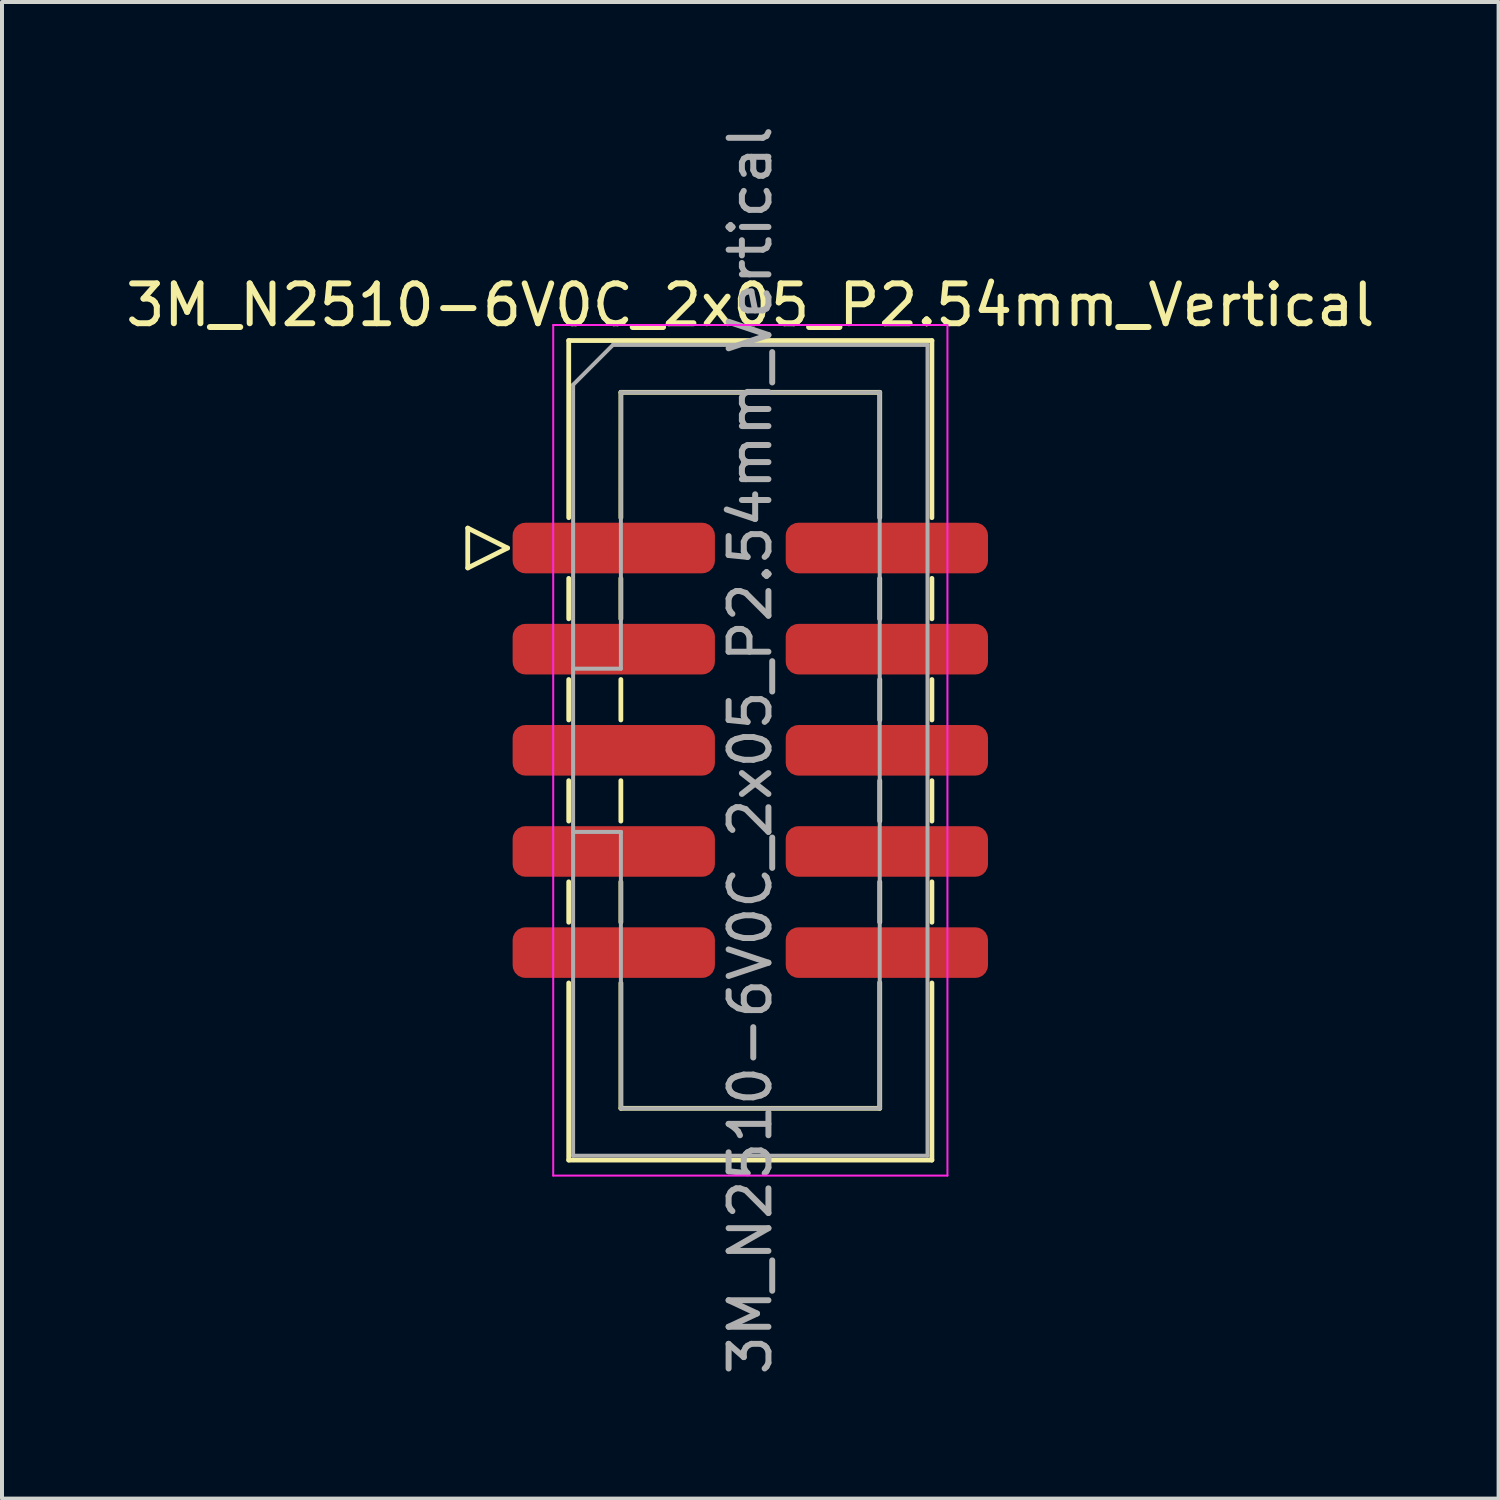
<source format=kicad_pcb>
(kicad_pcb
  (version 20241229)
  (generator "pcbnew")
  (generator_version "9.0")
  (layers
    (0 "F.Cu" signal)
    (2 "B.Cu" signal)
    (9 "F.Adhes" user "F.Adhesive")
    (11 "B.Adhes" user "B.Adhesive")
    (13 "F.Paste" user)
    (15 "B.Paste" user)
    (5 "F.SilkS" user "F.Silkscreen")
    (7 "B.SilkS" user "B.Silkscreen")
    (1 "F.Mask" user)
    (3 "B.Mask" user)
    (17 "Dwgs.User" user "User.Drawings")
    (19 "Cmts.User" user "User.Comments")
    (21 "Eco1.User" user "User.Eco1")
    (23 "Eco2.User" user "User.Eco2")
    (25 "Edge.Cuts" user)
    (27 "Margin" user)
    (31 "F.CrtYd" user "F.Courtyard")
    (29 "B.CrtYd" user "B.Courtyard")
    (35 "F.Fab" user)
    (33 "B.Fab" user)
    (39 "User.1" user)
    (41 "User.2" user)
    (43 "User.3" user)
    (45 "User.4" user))
  (footprint "3M_N2510-6V0C_2x05_P2.54mm_Vertical"
    (layer "F.Cu")
    (at 14.522 10.712)
    (property "Reference" "3M_N2510-6V0C_2x05_P2.54mm_Vertical" (at 1.27 -6.1 0) (layer "F.SilkS") (effects (font (size 1 1) (thickness 0.15))))
    (attr smd)
    (fp_line (start -5.826 -0.5) (end -5.826 0.5) (stroke (width 0.12) (type solid)) (layer "F.SilkS"))
    (fp_line (start -5.826 0.5) (end -4.826 0) (stroke (width 0.12) (type solid)) (layer "F.SilkS"))
    (fp_line (start -4.826 0) (end -5.826 -0.5) (stroke (width 0.12) (type solid)) (layer "F.SilkS"))
    (fp_line (start -3.29 -5.21) (end -3.29 -0.762) (stroke (width 0.12) (type solid)) (layer "F.SilkS"))
    (fp_line (start -3.29 -5.21) (end 5.83 -5.21) (stroke (width 0.12) (type solid)) (layer "F.SilkS"))
    (fp_line (start -3.29 1.778) (end -3.29 0.762) (stroke (width 0.12) (type solid)) (layer "F.SilkS"))
    (fp_line (start -3.29 3.302) (end -3.29 4.318) (stroke (width 0.12) (type solid)) (layer "F.SilkS"))
    (fp_line (start -3.29 5.842) (end -3.29 6.858) (stroke (width 0.12) (type solid)) (layer "F.SilkS"))
    (fp_line (start -3.29 8.382) (end -3.29 9.398) (stroke (width 0.12) (type solid)) (layer "F.SilkS"))
    (fp_line (start -3.29 15.37) (end -3.29 10.922) (stroke (width 0.12) (type solid)) (layer "F.SilkS"))
    (fp_line (start -1.981 -0.762) (end -1.98 -3.91) (stroke (width 0.12) (type solid)) (layer "F.SilkS"))
    (fp_line (start -1.981 0.762) (end -1.981 1.778) (stroke (width 0.12) (type solid)) (layer "F.SilkS"))
    (fp_line (start -1.981 3.302) (end -1.981 4.318) (stroke (width 0.12) (type solid)) (layer "F.SilkS"))
    (fp_line (start -1.981 5.842) (end -1.981 6.858) (stroke (width 0.12) (type solid)) (layer "F.SilkS"))
    (fp_line (start -1.981 8.382) (end -1.981 9.398) (stroke (width 0.12) (type solid)) (layer "F.SilkS"))
    (fp_line (start -1.98 -3.91) (end 4.52 -3.91) (stroke (width 0.12) (type solid)) (layer "F.SilkS"))
    (fp_line (start -1.98 14.07) (end -1.98 10.922) (stroke (width 0.12) (type solid)) (layer "F.SilkS"))
    (fp_line (start 4.52 -3.91) (end 4.52 -0.762) (stroke (width 0.12) (type solid)) (layer "F.SilkS"))
    (fp_line (start 4.52 0.762) (end 4.52 1.778) (stroke (width 0.12) (type solid)) (layer "F.SilkS"))
    (fp_line (start 4.52 10.91) (end 4.52 14.07) (stroke (width 0.12) (type solid)) (layer "F.SilkS"))
    (fp_line (start 4.52 14.07) (end -1.98 14.07) (stroke (width 0.12) (type solid)) (layer "F.SilkS"))
    (fp_line (start 4.521 4.318) (end 4.521 3.302) (stroke (width 0.12) (type solid)) (layer "F.SilkS"))
    (fp_line (start 4.521 6.858) (end 4.521 5.842) (stroke (width 0.12) (type solid)) (layer "F.SilkS"))
    (fp_line (start 4.521 8.382) (end 4.521 9.398) (stroke (width 0.12) (type solid)) (layer "F.SilkS"))
    (fp_line (start 5.83 -5.21) (end 5.83 -0.762) (stroke (width 0.12) (type solid)) (layer "F.SilkS"))
    (fp_line (start 5.83 1.778) (end 5.83 0.762) (stroke (width 0.12) (type solid)) (layer "F.SilkS"))
    (fp_line (start 5.83 3.302) (end 5.83 4.318) (stroke (width 0.12) (type solid)) (layer "F.SilkS"))
    (fp_line (start 5.83 6.858) (end 5.83 5.842) (stroke (width 0.12) (type solid)) (layer "F.SilkS"))
    (fp_line (start 5.83 8.382) (end 5.83 9.398) (stroke (width 0.12) (type solid)) (layer "F.SilkS"))
    (fp_line (start 5.83 15.37) (end -3.29 15.37) (stroke (width 0.12) (type solid)) (layer "F.SilkS"))
    (fp_line (start 5.83 15.37) (end 5.83 10.922) (stroke (width 0.12) (type solid)) (layer "F.SilkS"))
    (fp_line (start -3.68 -5.6) (end -3.68 15.76) (stroke (width 0.05) (type solid)) (layer "F.CrtYd"))
    (fp_line (start -3.68 15.76) (end 6.22 15.76) (stroke (width 0.05) (type solid)) (layer "F.CrtYd"))
    (fp_line (start 6.22 -5.6) (end -3.68 -5.6) (stroke (width 0.05) (type solid)) (layer "F.CrtYd"))
    (fp_line (start 6.22 15.76) (end 6.22 -5.6) (stroke (width 0.05) (type solid)) (layer "F.CrtYd"))
    (fp_line (start -3.18 -4.1) (end -2.18 -5.1) (stroke (width 0.1) (type solid)) (layer "F.Fab"))
    (fp_line (start -3.18 3.03) (end -1.98 3.03) (stroke (width 0.1) (type solid)) (layer "F.Fab"))
    (fp_line (start -3.18 15.26) (end -3.18 -4.1) (stroke (width 0.1) (type solid)) (layer "F.Fab"))
    (fp_line (start -2.18 -5.1) (end 5.72 -5.1) (stroke (width 0.1) (type solid)) (layer "F.Fab"))
    (fp_line (start -1.98 -3.91) (end 4.52 -3.91) (stroke (width 0.1) (type solid)) (layer "F.Fab"))
    (fp_line (start -1.98 3.03) (end -1.98 -3.91) (stroke (width 0.1) (type solid)) (layer "F.Fab"))
    (fp_line (start -1.98 7.13) (end -3.18 7.13) (stroke (width 0.1) (type solid)) (layer "F.Fab"))
    (fp_line (start -1.98 7.13) (end -1.98 7.13) (stroke (width 0.1) (type solid)) (layer "F.Fab"))
    (fp_line (start -1.98 14.07) (end -1.98 7.13) (stroke (width 0.1) (type solid)) (layer "F.Fab"))
    (fp_line (start 4.52 -3.91) (end 4.52 14.07) (stroke (width 0.1) (type solid)) (layer "F.Fab"))
    (fp_line (start 4.52 14.07) (end -1.98 14.07) (stroke (width 0.1) (type solid)) (layer "F.Fab"))
    (fp_line (start 5.72 -5.1) (end 5.72 15.26) (stroke (width 0.1) (type solid)) (layer "F.Fab"))
    (fp_line (start 5.72 15.26) (end -3.18 15.26) (stroke (width 0.1) (type solid)) (layer "F.Fab"))
    (fp_text user "${REFERENCE}" (at 1.27 5.08 90) (layer "F.Fab") (effects (font (size 1 1) (thickness 0.15))))
    (pad "1" smd roundrect (at -2.159 0) (size 5.08 1.27) (layers "F.Cu" "F.Mask" "F.Paste") (roundrect_rratio 0.25))
    (pad "2" smd roundrect (at 4.699 0) (size 5.08 1.27) (layers "F.Cu" "F.Mask" "F.Paste") (roundrect_rratio 0.25))
    (pad "3" smd roundrect (at -2.159 2.54) (size 5.08 1.27) (layers "F.Cu" "F.Mask" "F.Paste") (roundrect_rratio 0.25))
    (pad "4" smd roundrect (at 4.699 2.54) (size 5.08 1.27) (layers "F.Cu" "F.Mask" "F.Paste") (roundrect_rratio 0.25))
    (pad "5" smd roundrect (at -2.159 5.08) (size 5.08 1.27) (layers "F.Cu" "F.Mask" "F.Paste") (roundrect_rratio 0.25))
    (pad "6" smd roundrect (at 4.699 5.08) (size 5.08 1.27) (layers "F.Cu" "F.Mask" "F.Paste") (roundrect_rratio 0.25))
    (pad "7" smd roundrect (at -2.159 7.62) (size 5.08 1.27) (layers "F.Cu" "F.Mask" "F.Paste") (roundrect_rratio 0.25))
    (pad "8" smd roundrect (at 4.699 7.62) (size 5.08 1.27) (layers "F.Cu" "F.Mask" "F.Paste") (roundrect_rratio 0.25))
    (pad "9" smd roundrect (at -2.159 10.16) (size 5.08 1.27) (layers "F.Cu" "F.Mask" "F.Paste") (roundrect_rratio 0.25))
    (pad "10" smd roundrect (at 4.699 10.16) (size 5.08 1.27) (layers "F.Cu" "F.Mask" "F.Paste") (roundrect_rratio 0.25)))
  (gr_rect
    (start -3 -3)
    (end 34.583 34.583)
    (stroke (width 0.1) (type default))
    (fill no)
    (layer "Edge.Cuts")))
</source>
